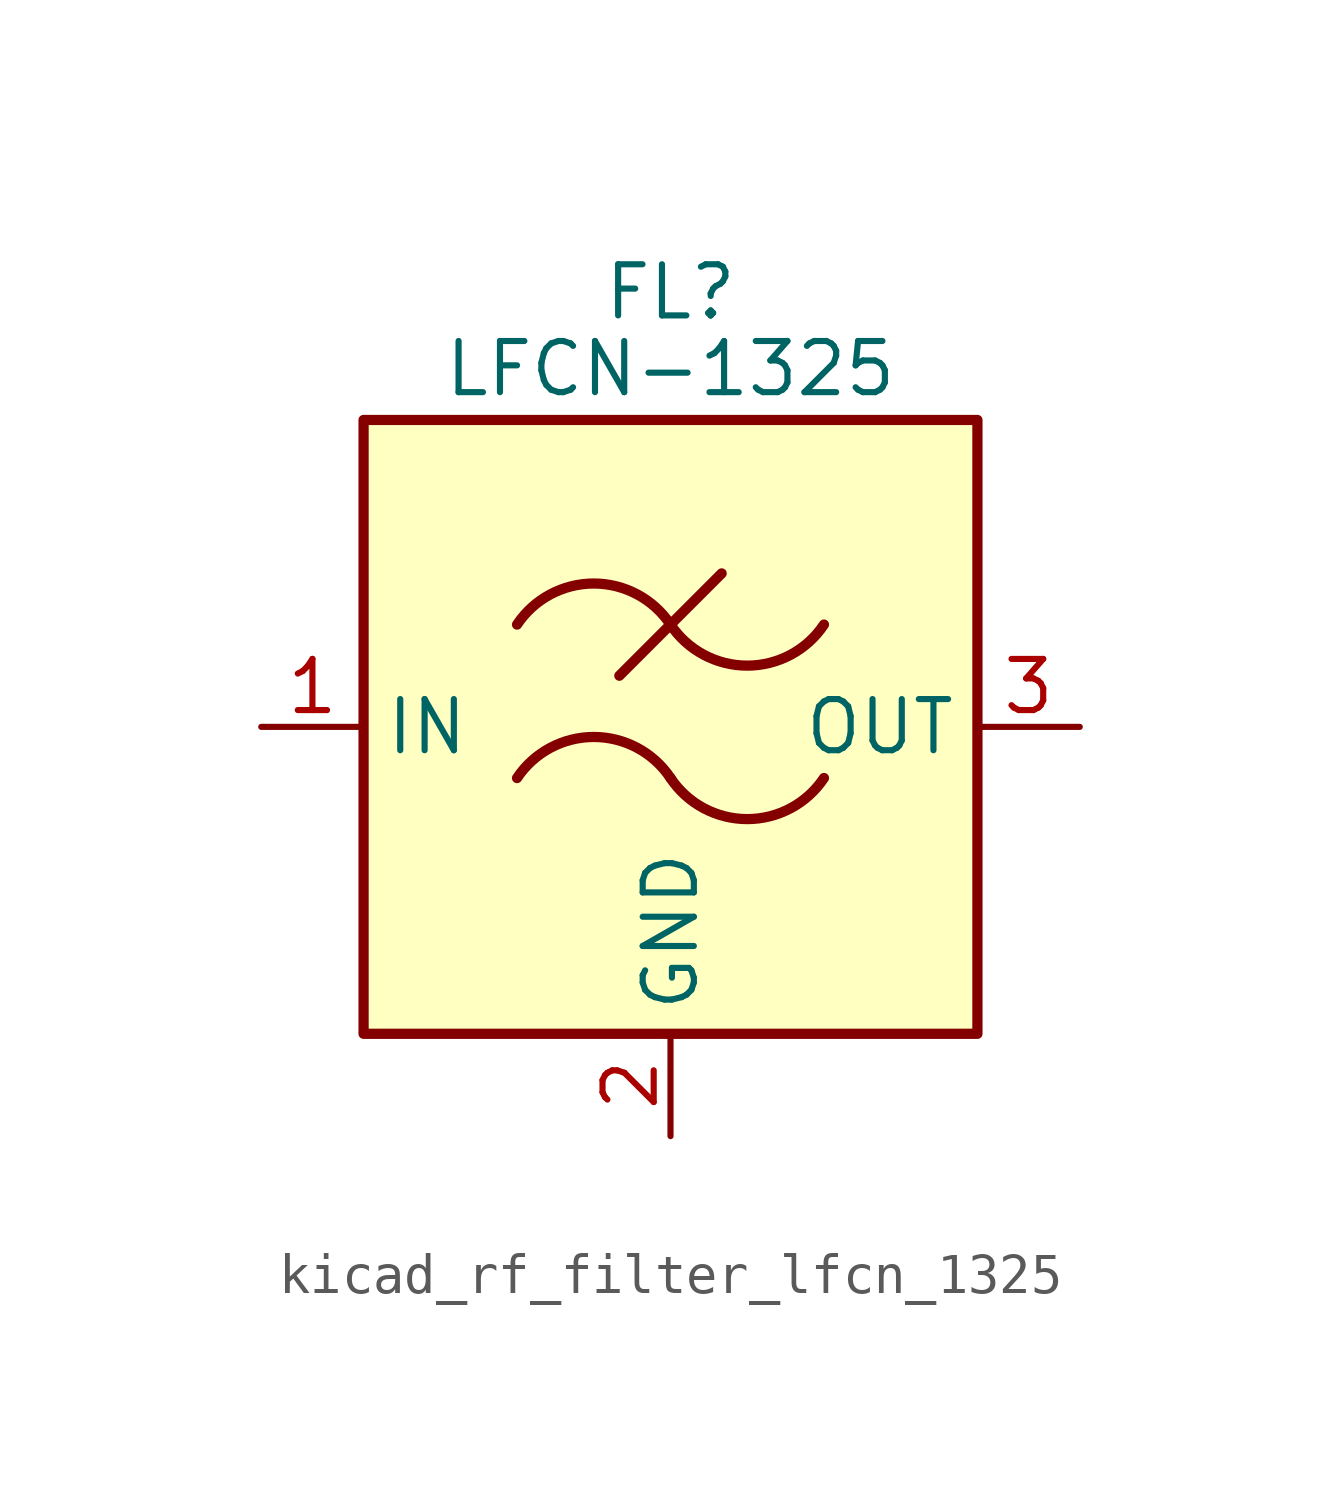
<source format=kicad_sym>
(kicad_symbol_lib
  (version 20220914)
  (generator kicad_symbol_editor)
  (symbol "kicad_rf_filter_lfcn_1325"
    (property "Reference" "FL"
      (at 0 10.795 0)
      (effects (font (size 1.27 1.27))))
    (property "Value" "LFCN-1325"
      (at 0 8.89 0)
      (effects (font (size 1.27 1.27))))
    (symbol "kicad_rf_filter_lfcn_1325_0_1"
      (rectangle (start -7.62 7.62) (end 7.62 -7.62) (stroke (width 0.254) (type default)) (fill (type background)))
      (arc (start 0 -1.27) (mid -1.905 -0.2505) (end -3.81 -1.27) (stroke (width 0.254) (type default)) (fill (type none)))
      (arc (start 0 -1.27) (mid 1.905 -2.2895) (end 3.81 -1.27) (stroke (width 0.254) (type default)) (fill (type none)))
      (polyline (pts (xy -1.27 1.27) (xy 1.27 3.81)) (stroke (width 0.254) (type default)) (fill (type none)))
      (arc (start 0 2.54) (mid -1.905 3.5595) (end -3.81 2.54) (stroke (width 0.254) (type default)) (fill (type none)))
      (arc (start 0 2.54) (mid 1.905 1.5205) (end 3.81 2.54) (stroke (width 0.254) (type default)) (fill (type none))))
    (symbol "kicad_rf_filter_lfcn_1325_1_1"
      (pin passive line (at -10.16 0 0) (length 2.54) (name "IN" (effects (font (size 1.27 1.27)))) (number "1" (effects (font (size 1.27 1.27)))))
      (pin passive line (at 0 -10.16 90) (length 2.54) (name "GND" (effects (font (size 1.27 1.27)))) (number "2" (effects (font (size 1.27 1.27)))))
      (pin passive line (at 10.16 0 180) (length 2.54) (name "OUT" (effects (font (size 1.27 1.27)))) (number "3" (effects (font (size 1.27 1.27)))))
      (pin passive line (at 0 -10.16 90) (length 2.54) hide (name "GND" (effects (font (size 1.27 1.27)))) (number "4" (effects (font (size 1.27 1.27))))))))
</source>
